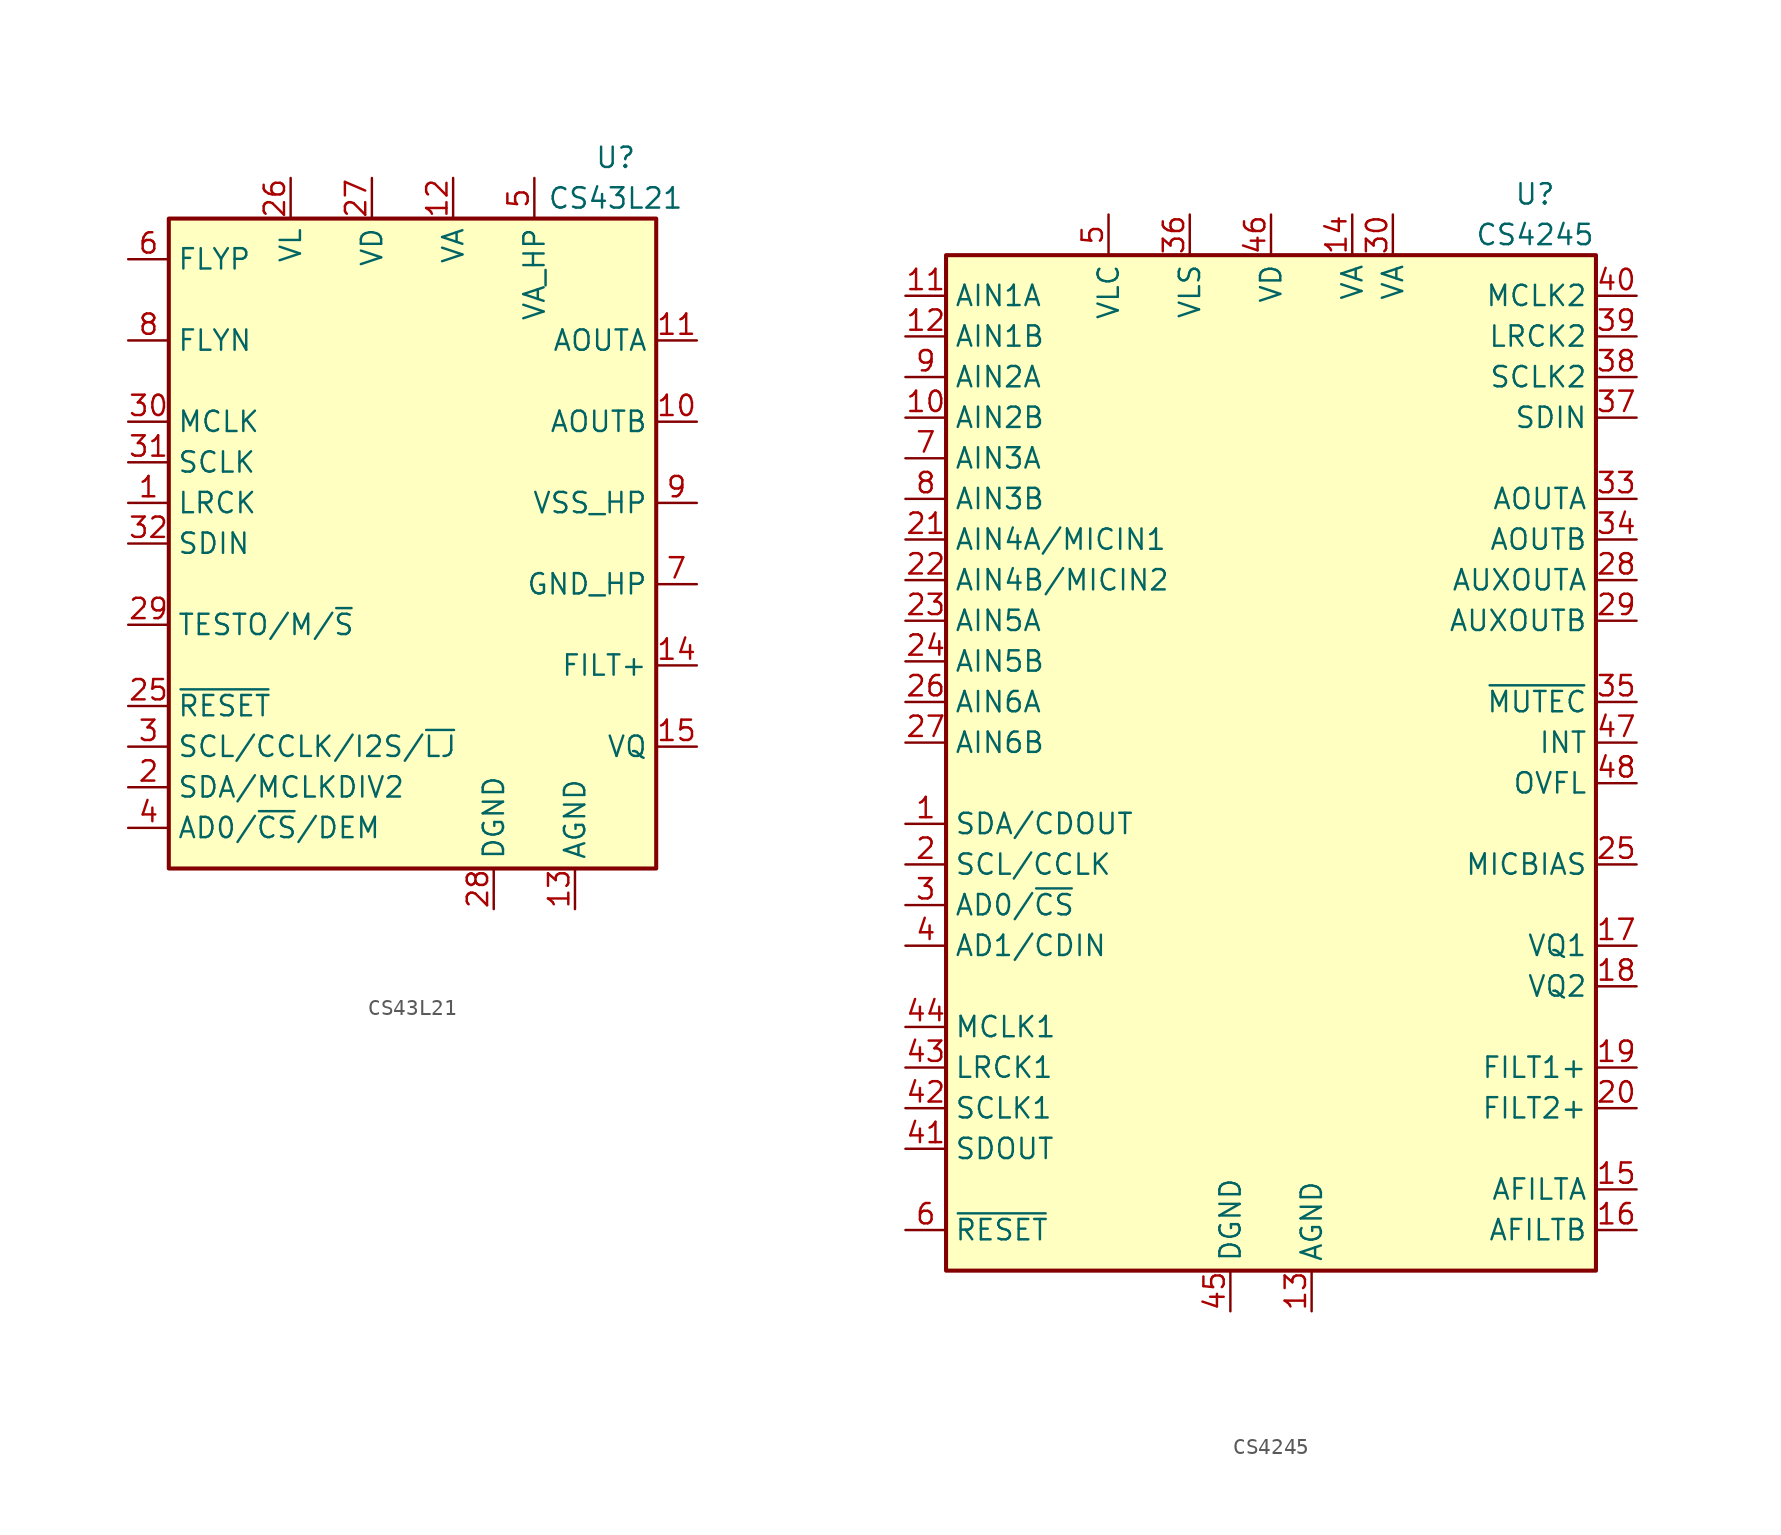
<source format=kicad_sym>
(kicad_symbol_lib
  (version 20201005)
  (generator kicad_symbol_editor)
  (symbol "CS43L21"
    (property "Reference" "U"
      (at 12.7 24.13 0)
      (effects (font (size 1.27 1.27))))
    (property "Value" "CS43L21"
      (at 12.7 21.59 0)
      (effects (font (size 1.27 1.27))))
    (symbol "CS43L21_0_1"
      (rectangle (start -15.24 20.32) (end 15.24 -20.32) (stroke (width 0.254)) (fill (type background))))
    (symbol "CS43L21_1_1"
      (pin bidirectional line (at -17.78 2.54 0) (length 2.54) (name "LRCK" (effects (font (size 1.27 1.27)))) (number "1" (effects (font (size 1.27 1.27)))))
      (pin output line (at 17.78 7.62 180) (length 2.54) (name "AOUTB" (effects (font (size 1.27 1.27)))) (number "10" (effects (font (size 1.27 1.27)))))
      (pin output line (at 17.78 12.7 180) (length 2.54) (name "AOUTA" (effects (font (size 1.27 1.27)))) (number "11" (effects (font (size 1.27 1.27)))))
      (pin input line (at 2.54 22.86 270) (length 2.54) (name "VA" (effects (font (size 1.27 1.27)))) (number "12" (effects (font (size 1.27 1.27)))))
      (pin power_in line (at 10.16 -22.86 90) (length 2.54) (name "AGND" (effects (font (size 1.27 1.27)))) (number "13" (effects (font (size 1.27 1.27)))))
      (pin output line (at 17.78 -7.62 180) (length 2.54) (name "FILT+" (effects (font (size 1.27 1.27)))) (number "14" (effects (font (size 1.27 1.27)))))
      (pin output line (at 17.78 -12.7 180) (length 2.54) (name "VQ" (effects (font (size 1.27 1.27)))) (number "15" (effects (font (size 1.27 1.27)))))
      (pin no_connect line (at -12.7 -20.32 90) (length 2.54) hide (name "NIC" (effects (font (size 1.27 1.27)))) (number "16" (effects (font (size 1.27 1.27)))))
      (pin no_connect line (at -10.16 -20.32 90) (length 2.54) hide (name "TSTO" (effects (font (size 1.27 1.27)))) (number "17" (effects (font (size 1.27 1.27)))))
      (pin no_connect line (at -7.62 -20.32 90) (length 2.54) hide (name "TSTO" (effects (font (size 1.27 1.27)))) (number "18" (effects (font (size 1.27 1.27)))))
      (pin no_connect line (at -5.08 -20.32 90) (length 2.54) hide (name "TSTO" (effects (font (size 1.27 1.27)))) (number "19" (effects (font (size 1.27 1.27)))))
      (pin bidirectional line (at -17.78 -15.24 0) (length 2.54) (name "SDA/MCLKDIV2" (effects (font (size 1.27 1.27)))) (number "2" (effects (font (size 1.27 1.27)))))
      (pin no_connect line (at -2.54 -20.32 90) (length 2.54) hide (name "TSTO" (effects (font (size 1.27 1.27)))) (number "20" (effects (font (size 1.27 1.27)))))
      (pin no_connect line (at 0 -20.32 90) (length 2.54) hide (name "TSTO" (effects (font (size 1.27 1.27)))) (number "21" (effects (font (size 1.27 1.27)))))
      (pin no_connect line (at 2.54 -20.32 90) (length 2.54) hide (name "TSTO" (effects (font (size 1.27 1.27)))) (number "22" (effects (font (size 1.27 1.27)))))
      (pin no_connect line (at 7.62 -20.32 90) (length 2.54) hide (name "TSTO" (effects (font (size 1.27 1.27)))) (number "23" (effects (font (size 1.27 1.27)))))
      (pin no_connect line (at 12.7 -20.32 90) (length 2.54) hide (name "TSTO" (effects (font (size 1.27 1.27)))) (number "24" (effects (font (size 1.27 1.27)))))
      (pin input line (at -17.78 -10.16 0) (length 2.54) (name "~RESET" (effects (font (size 1.27 1.27)))) (number "25" (effects (font (size 1.27 1.27)))))
      (pin input line (at -7.62 22.86 270) (length 2.54) (name "VL" (effects (font (size 1.27 1.27)))) (number "26" (effects (font (size 1.27 1.27)))))
      (pin power_in line (at -2.54 22.86 270) (length 2.54) (name "VD" (effects (font (size 1.27 1.27)))) (number "27" (effects (font (size 1.27 1.27)))))
      (pin power_in line (at 5.08 -22.86 90) (length 2.54) (name "DGND" (effects (font (size 1.27 1.27)))) (number "28" (effects (font (size 1.27 1.27)))))
      (pin input line (at -17.78 -5.08 0) (length 2.54) (name "TESTO/M/~S" (effects (font (size 1.27 1.27)))) (number "29" (effects (font (size 1.27 1.27)))))
      (pin input line (at -17.78 -12.7 0) (length 2.54) (name "SCL/CCLK/I2S/~LJ" (effects (font (size 1.27 1.27)))) (number "3" (effects (font (size 1.27 1.27)))))
      (pin input line (at -17.78 7.62 0) (length 2.54) (name "MCLK" (effects (font (size 1.27 1.27)))) (number "30" (effects (font (size 1.27 1.27)))))
      (pin input line (at -17.78 5.08 0) (length 2.54) (name "SCLK" (effects (font (size 1.27 1.27)))) (number "31" (effects (font (size 1.27 1.27)))))
      (pin input line (at -17.78 0 0) (length 2.54) (name "SDIN" (effects (font (size 1.27 1.27)))) (number "32" (effects (font (size 1.27 1.27)))))
      (pin passive line (at 10.16 -22.86 90) (length 2.54) hide (name "AGND" (effects (font (size 1.27 1.27)))) (number "33" (effects (font (size 1.27 1.27)))))
      (pin input line (at -17.78 -17.78 0) (length 2.54) (name "AD0/~CS~/DEM" (effects (font (size 1.27 1.27)))) (number "4" (effects (font (size 1.27 1.27)))))
      (pin input line (at 7.62 22.86 270) (length 2.54) (name "VA_HP" (effects (font (size 1.27 1.27)))) (number "5" (effects (font (size 1.27 1.27)))))
      (pin input line (at -17.78 17.78 0) (length 2.54) (name "FLYP" (effects (font (size 1.27 1.27)))) (number "6" (effects (font (size 1.27 1.27)))))
      (pin input line (at 17.78 -2.54 180) (length 2.54) (name "GND_HP" (effects (font (size 1.27 1.27)))) (number "7" (effects (font (size 1.27 1.27)))))
      (pin input line (at -17.78 12.7 0) (length 2.54) (name "FLYN" (effects (font (size 1.27 1.27)))) (number "8" (effects (font (size 1.27 1.27)))))
      (pin output line (at 17.78 2.54 180) (length 2.54) (name "VSS_HP" (effects (font (size 1.27 1.27)))) (number "9" (effects (font (size 1.27 1.27)))))))
  (symbol "CS4245"
    (property "Reference" "U"
      (at 16.51 36.83 0)
      (effects (font (size 1.27 1.27))))
    (property "Value" "CS4245"
      (at 16.51 34.29 0)
      (effects (font (size 1.27 1.27))))
    (symbol "CS4245_0_1"
      (rectangle (start -20.32 33.02) (end 20.32 -30.48) (stroke (width 0.254)) (fill (type background))))
    (symbol "CS4245_1_1"
      (pin bidirectional line (at -22.86 -2.54 0) (length 2.54) (name "SDA/CDOUT" (effects (font (size 1.27 1.27)))) (number "1" (effects (font (size 1.27 1.27)))))
      (pin input line (at -22.86 22.86 0) (length 2.54) (name "AIN2B" (effects (font (size 1.27 1.27)))) (number "10" (effects (font (size 1.27 1.27)))))
      (pin input line (at -22.86 30.48 0) (length 2.54) (name "AIN1A" (effects (font (size 1.27 1.27)))) (number "11" (effects (font (size 1.27 1.27)))))
      (pin input line (at -22.86 27.94 0) (length 2.54) (name "AIN1B" (effects (font (size 1.27 1.27)))) (number "12" (effects (font (size 1.27 1.27)))))
      (pin power_in line (at 2.54 -33.02 90) (length 2.54) (name "AGND" (effects (font (size 1.27 1.27)))) (number "13" (effects (font (size 1.27 1.27)))))
      (pin power_in line (at 5.08 35.56 270) (length 2.54) (name "VA" (effects (font (size 1.27 1.27)))) (number "14" (effects (font (size 1.27 1.27)))))
      (pin output line (at 22.86 -25.4 180) (length 2.54) (name "AFILTA" (effects (font (size 1.27 1.27)))) (number "15" (effects (font (size 1.27 1.27)))))
      (pin output line (at 22.86 -27.94 180) (length 2.54) (name "AFILTB" (effects (font (size 1.27 1.27)))) (number "16" (effects (font (size 1.27 1.27)))))
      (pin output line (at 22.86 -10.16 180) (length 2.54) (name "VQ1" (effects (font (size 1.27 1.27)))) (number "17" (effects (font (size 1.27 1.27)))))
      (pin output line (at 22.86 -12.7 180) (length 2.54) (name "VQ2" (effects (font (size 1.27 1.27)))) (number "18" (effects (font (size 1.27 1.27)))))
      (pin output line (at 22.86 -17.78 180) (length 2.54) (name "FILT1+" (effects (font (size 1.27 1.27)))) (number "19" (effects (font (size 1.27 1.27)))))
      (pin input line (at -22.86 -5.08 0) (length 2.54) (name "SCL/CCLK" (effects (font (size 1.27 1.27)))) (number "2" (effects (font (size 1.27 1.27)))))
      (pin output line (at 22.86 -20.32 180) (length 2.54) (name "FILT2+" (effects (font (size 1.27 1.27)))) (number "20" (effects (font (size 1.27 1.27)))))
      (pin input line (at -22.86 15.24 0) (length 2.54) (name "AIN4A/MICIN1" (effects (font (size 1.27 1.27)))) (number "21" (effects (font (size 1.27 1.27)))))
      (pin input line (at -22.86 12.7 0) (length 2.54) (name "AIN4B/MICIN2" (effects (font (size 1.27 1.27)))) (number "22" (effects (font (size 1.27 1.27)))))
      (pin input line (at -22.86 10.16 0) (length 2.54) (name "AIN5A" (effects (font (size 1.27 1.27)))) (number "23" (effects (font (size 1.27 1.27)))))
      (pin input line (at -22.86 7.62 0) (length 2.54) (name "AIN5B" (effects (font (size 1.27 1.27)))) (number "24" (effects (font (size 1.27 1.27)))))
      (pin output line (at 22.86 -5.08 180) (length 2.54) (name "MICBIAS" (effects (font (size 1.27 1.27)))) (number "25" (effects (font (size 1.27 1.27)))))
      (pin input line (at -22.86 5.08 0) (length 2.54) (name "AIN6A" (effects (font (size 1.27 1.27)))) (number "26" (effects (font (size 1.27 1.27)))))
      (pin input line (at -22.86 2.54 0) (length 2.54) (name "AIN6B" (effects (font (size 1.27 1.27)))) (number "27" (effects (font (size 1.27 1.27)))))
      (pin output line (at 22.86 12.7 180) (length 2.54) (name "AUXOUTA" (effects (font (size 1.27 1.27)))) (number "28" (effects (font (size 1.27 1.27)))))
      (pin output line (at 22.86 10.16 180) (length 2.54) (name "AUXOUTB" (effects (font (size 1.27 1.27)))) (number "29" (effects (font (size 1.27 1.27)))))
      (pin input line (at -22.86 -7.62 0) (length 2.54) (name "AD0/~CS" (effects (font (size 1.27 1.27)))) (number "3" (effects (font (size 1.27 1.27)))))
      (pin power_in line (at 7.62 35.56 270) (length 2.54) (name "VA" (effects (font (size 1.27 1.27)))) (number "30" (effects (font (size 1.27 1.27)))))
      (pin passive line (at 2.54 -33.02 90) (length 2.54) hide (name "AGND" (effects (font (size 1.27 1.27)))) (number "31" (effects (font (size 1.27 1.27)))))
      (pin passive line (at 2.54 -33.02 90) (length 2.54) hide (name "AGND" (effects (font (size 1.27 1.27)))) (number "32" (effects (font (size 1.27 1.27)))))
      (pin output line (at 22.86 17.78 180) (length 2.54) (name "AOUTA" (effects (font (size 1.27 1.27)))) (number "33" (effects (font (size 1.27 1.27)))))
      (pin output line (at 22.86 15.24 180) (length 2.54) (name "AOUTB" (effects (font (size 1.27 1.27)))) (number "34" (effects (font (size 1.27 1.27)))))
      (pin output line (at 22.86 5.08 180) (length 2.54) (name "~MUTEC" (effects (font (size 1.27 1.27)))) (number "35" (effects (font (size 1.27 1.27)))))
      (pin power_in line (at -5.08 35.56 270) (length 2.54) (name "VLS" (effects (font (size 1.27 1.27)))) (number "36" (effects (font (size 1.27 1.27)))))
      (pin input line (at 22.86 22.86 180) (length 2.54) (name "SDIN" (effects (font (size 1.27 1.27)))) (number "37" (effects (font (size 1.27 1.27)))))
      (pin bidirectional line (at 22.86 25.4 180) (length 2.54) (name "SCLK2" (effects (font (size 1.27 1.27)))) (number "38" (effects (font (size 1.27 1.27)))))
      (pin bidirectional line (at 22.86 27.94 180) (length 2.54) (name "LRCK2" (effects (font (size 1.27 1.27)))) (number "39" (effects (font (size 1.27 1.27)))))
      (pin input line (at -22.86 -10.16 0) (length 2.54) (name "AD1/CDIN" (effects (font (size 1.27 1.27)))) (number "4" (effects (font (size 1.27 1.27)))))
      (pin input line (at 22.86 30.48 180) (length 2.54) (name "MCLK2" (effects (font (size 1.27 1.27)))) (number "40" (effects (font (size 1.27 1.27)))))
      (pin output line (at -22.86 -22.86 0) (length 2.54) (name "SDOUT" (effects (font (size 1.27 1.27)))) (number "41" (effects (font (size 1.27 1.27)))))
      (pin bidirectional line (at -22.86 -20.32 0) (length 2.54) (name "SCLK1" (effects (font (size 1.27 1.27)))) (number "42" (effects (font (size 1.27 1.27)))))
      (pin bidirectional line (at -22.86 -17.78 0) (length 2.54) (name "LRCK1" (effects (font (size 1.27 1.27)))) (number "43" (effects (font (size 1.27 1.27)))))
      (pin input line (at -22.86 -15.24 0) (length 2.54) (name "MCLK1" (effects (font (size 1.27 1.27)))) (number "44" (effects (font (size 1.27 1.27)))))
      (pin power_in line (at -2.54 -33.02 90) (length 2.54) (name "DGND" (effects (font (size 1.27 1.27)))) (number "45" (effects (font (size 1.27 1.27)))))
      (pin power_in line (at 0 35.56 270) (length 2.54) (name "VD" (effects (font (size 1.27 1.27)))) (number "46" (effects (font (size 1.27 1.27)))))
      (pin output line (at 22.86 2.54 180) (length 2.54) (name "INT" (effects (font (size 1.27 1.27)))) (number "47" (effects (font (size 1.27 1.27)))))
      (pin output line (at 22.86 0 180) (length 2.54) (name "OVFL" (effects (font (size 1.27 1.27)))) (number "48" (effects (font (size 1.27 1.27)))))
      (pin input line (at -10.16 35.56 270) (length 2.54) (name "VLC" (effects (font (size 1.27 1.27)))) (number "5" (effects (font (size 1.27 1.27)))))
      (pin input line (at -22.86 -27.94 0) (length 2.54) (name "~RESET" (effects (font (size 1.27 1.27)))) (number "6" (effects (font (size 1.27 1.27)))))
      (pin input line (at -22.86 20.32 0) (length 2.54) (name "AIN3A" (effects (font (size 1.27 1.27)))) (number "7" (effects (font (size 1.27 1.27)))))
      (pin input line (at -22.86 17.78 0) (length 2.54) (name "AIN3B" (effects (font (size 1.27 1.27)))) (number "8" (effects (font (size 1.27 1.27)))))
      (pin input line (at -22.86 25.4 0) (length 2.54) (name "AIN2A" (effects (font (size 1.27 1.27)))) (number "9" (effects (font (size 1.27 1.27))))))))
</source>
